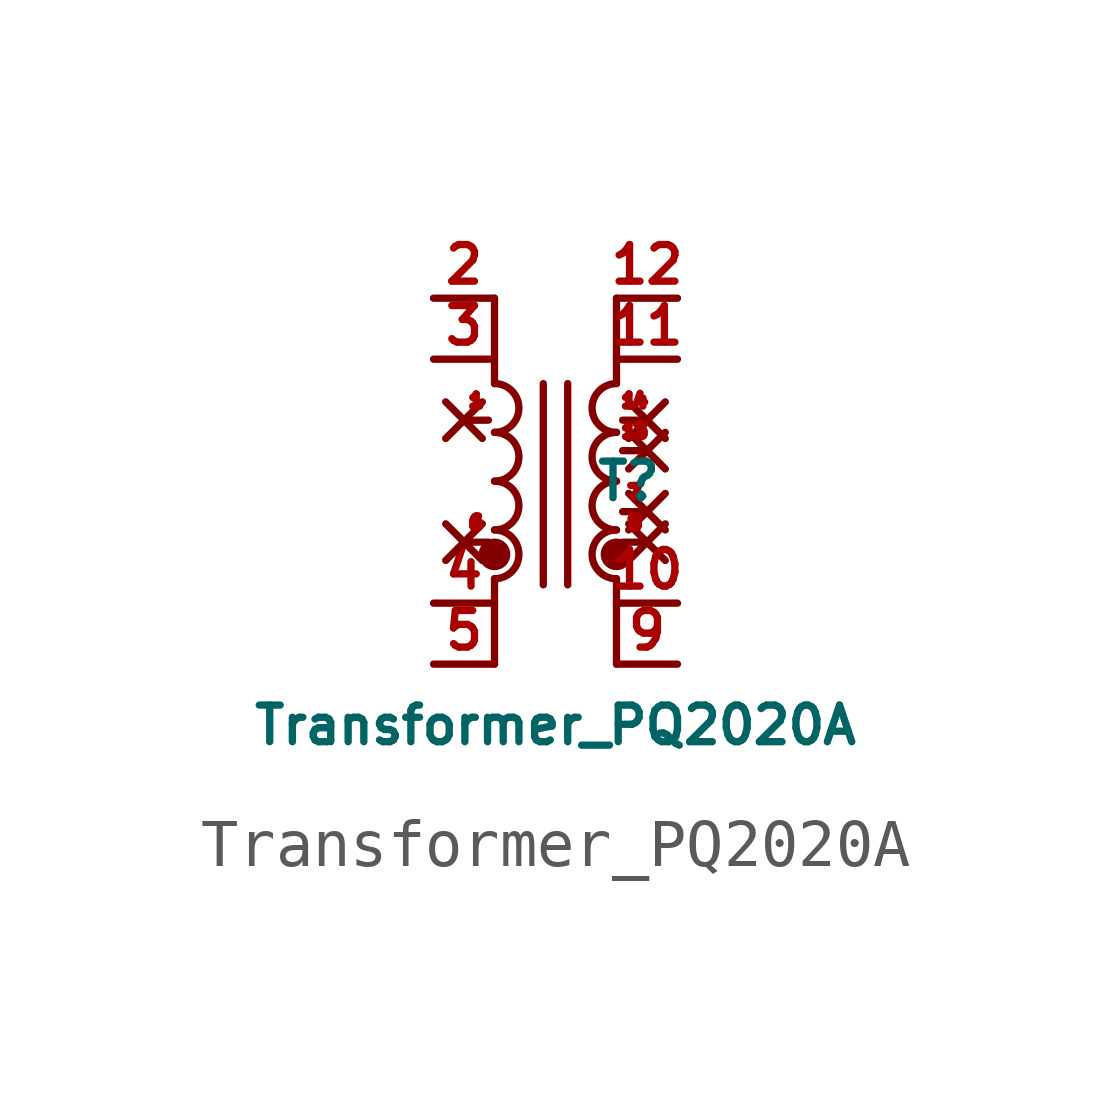
<source format=kicad_sym>
(kicad_symbol_lib
  (version 20210619)
  (generator kicad_symbol_editor)
  (symbol "Transformer_PQ2020A"
    (pin_names
      (offset 0.762) hide)
    (property "Reference" "T"
      (at 1.524 0 0)
      (effects (font (size 0.762 0.762))))
    (property "Value" "Transformer_PQ2020A"
      (at 0 -5.08 0)
      (effects (font (size 0.762 0.762))))
    (symbol "Transformer_PQ2020A_0_1"
      (arc (start -1.27 -2.032) (end -1.27 -1.016) (radius (at -1.27 -1.524) (length 0.508) (angles -89.9 89.9)) (stroke (width 0)) (fill (type none)))
      (arc (start -1.27 -1.016) (end -1.27 0) (radius (at -1.27 -0.508) (length 0.508) (angles -89.9 89.9)) (stroke (width 0)) (fill (type none)))
      (arc (start -1.27 0) (end -1.27 1.016) (radius (at -1.27 0.508) (length 0.508) (angles -89.9 89.9)) (stroke (width 0)) (fill (type none)))
      (arc (start -1.27 1.016) (end -1.27 2.032) (radius (at -1.27 1.524) (length 0.508) (angles -89.9 89.9)) (stroke (width 0)) (fill (type none)))
      (arc (start 1.27 -1.016) (end 1.27 -2.032) (radius (at 1.27 -1.524) (length 0.508) (angles 90.1 -90.1)) (stroke (width 0)) (fill (type none)))
      (arc (start 1.27 0) (end 1.27 -1.016) (radius (at 1.27 -0.508) (length 0.508) (angles 90.1 -90.1)) (stroke (width 0)) (fill (type none)))
      (arc (start 1.27 1.016) (end 1.27 0) (radius (at 1.27 0.508) (length 0.508) (angles 90.1 -90.1)) (stroke (width 0)) (fill (type none)))
      (arc (start 1.27 2.032) (end 1.27 1.016) (radius (at 1.27 1.524) (length 0.508) (angles 90.1 -90.1)) (stroke (width 0)) (fill (type none)))
      (circle (center -1.27 -1.524) (radius 0.254) (stroke (width 0)) (fill (type outline)))
      (circle (center 1.27 -1.524) (radius 0.254) (stroke (width 0)) (fill (type outline)))
      (polyline (pts (xy -1.27 -2.032) (xy -1.27 -3.81)) (stroke (width 0)) (fill (type none)))
      (polyline (pts (xy -1.27 3.81) (xy -1.27 2.032)) (stroke (width 0)) (fill (type none)))
      (polyline (pts (xy -0.254 -2.159) (xy -0.254 2.032)) (stroke (width 0)) (fill (type none)))
      (polyline (pts (xy 0.254 -2.159) (xy 0.254 2.032)) (stroke (width 0)) (fill (type none)))
      (polyline (pts (xy 1.27 -2.032) (xy 1.27 -3.81)) (stroke (width 0)) (fill (type none)))
      (polyline (pts (xy 1.27 3.81) (xy 1.27 2.032)) (stroke (width 0)) (fill (type none))))
    (symbol "Transformer_PQ2020A_1_1"
      (pin no_connect line (at -1.905 1.27 0) (length 0.508) (name "~" (effects (font (size 0.254 0.254)))) (number "1" (effects (font (size 0.254 0.254)))))
      (pin bidirectional line (at 2.54 -2.54 180) (length 1.27) (name "~" (effects (font (size 0.762 0.762)))) (number "10" (effects (font (size 0.762 0.762)))))
      (pin bidirectional line (at 2.54 2.54 180) (length 1.27) (name "~" (effects (font (size 0.762 0.762)))) (number "11" (effects (font (size 0.762 0.762)))))
      (pin bidirectional line (at 2.54 3.81 180) (length 1.27) (name "~" (effects (font (size 0.762 0.762)))) (number "12" (effects (font (size 0.762 0.762)))))
      (pin no_connect line (at 1.905 0.635 180) (length 0.508) (name "~" (effects (font (size 0.254 0.254)))) (number "13" (effects (font (size 0.254 0.254)))))
      (pin no_connect line (at 1.905 1.27 180) (length 0.508) (name "~" (effects (font (size 0.254 0.254)))) (number "14" (effects (font (size 0.254 0.254)))))
      (pin bidirectional line (at -2.54 3.81 0) (length 1.27) (name "~" (effects (font (size 0.762 0.762)))) (number "2" (effects (font (size 0.762 0.762)))))
      (pin bidirectional line (at -2.54 2.54 0) (length 1.27) (name "2" (effects (font (size 0.762 0.762)))) (number "3" (effects (font (size 0.762 0.762)))))
      (pin bidirectional line (at -2.54 -2.54 0) (length 1.27) (name "~" (effects (font (size 0.762 0.762)))) (number "4" (effects (font (size 0.762 0.762)))))
      (pin bidirectional line (at -2.54 -3.81 0) (length 1.27) (name "2" (effects (font (size 0.762 0.762)))) (number "5" (effects (font (size 0.762 0.762)))))
      (pin no_connect line (at -1.905 -1.27 0) (length 0.508) (name "~" (effects (font (size 0.254 0.254)))) (number "6" (effects (font (size 0.254 0.254)))))
      (pin no_connect line (at 1.905 -0.635 180) (length 0.508) (name "~" (effects (font (size 0.254 0.254)))) (number "7" (effects (font (size 0.254 0.254)))))
      (pin no_connect line (at 1.905 -1.27 180) (length 0.508) (name "~" (effects (font (size 0.254 0.254)))) (number "8" (effects (font (size 0.254 0.254)))))
      (pin bidirectional line (at 2.54 -3.81 180) (length 1.27) (name "~" (effects (font (size 0.762 0.762)))) (number "9" (effects (font (size 0.762 0.762))))))))
</source>
